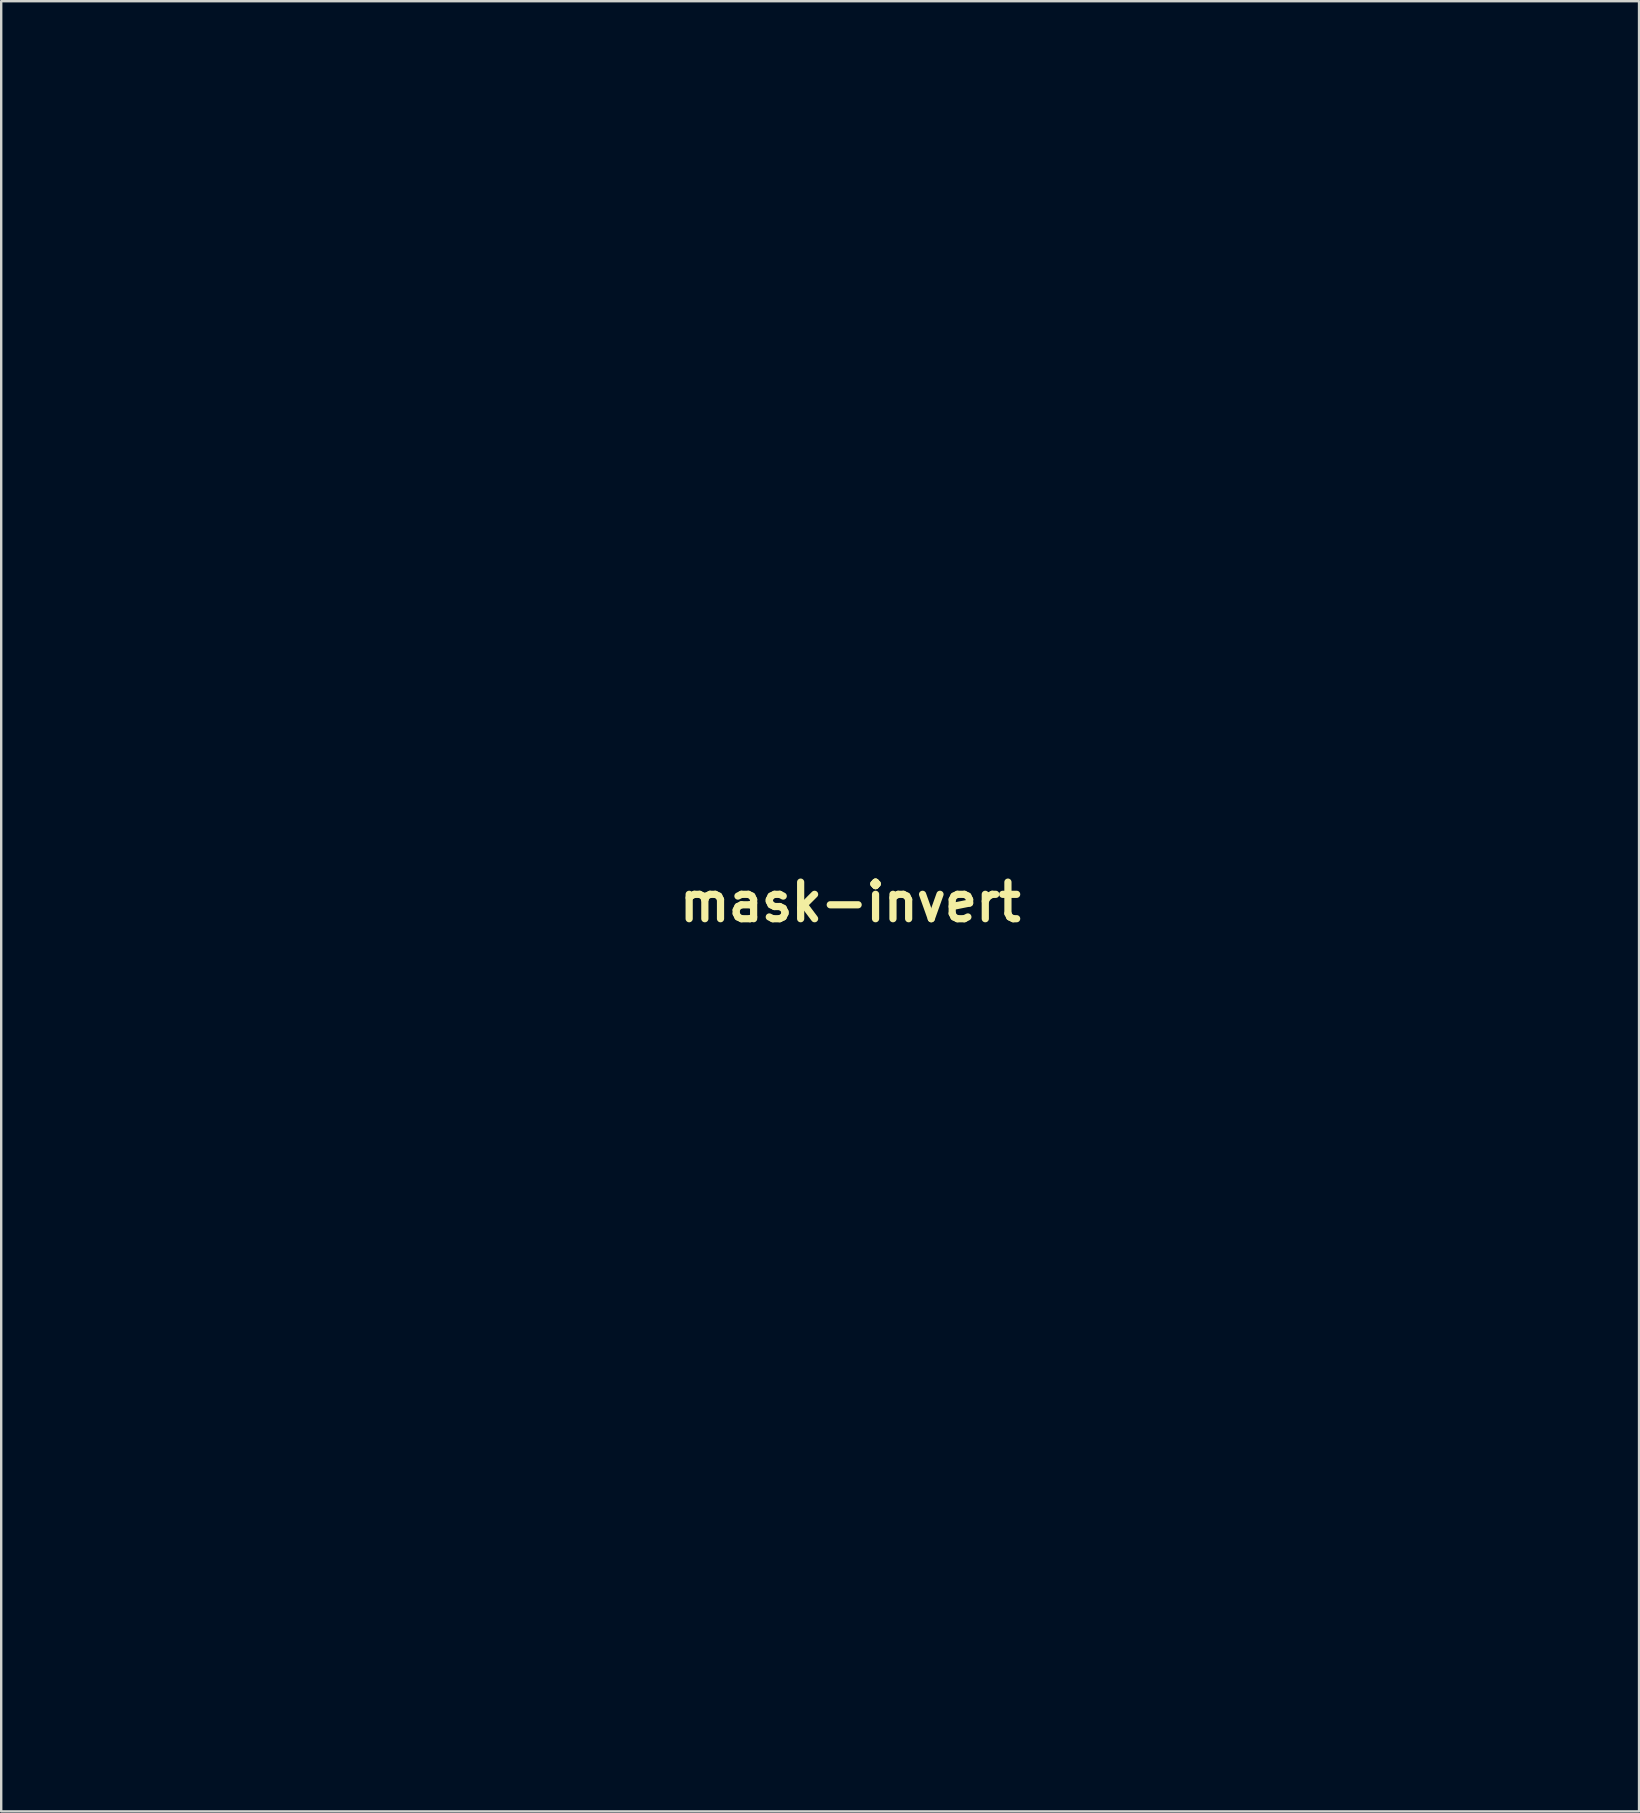
<source format=kicad_pcb>
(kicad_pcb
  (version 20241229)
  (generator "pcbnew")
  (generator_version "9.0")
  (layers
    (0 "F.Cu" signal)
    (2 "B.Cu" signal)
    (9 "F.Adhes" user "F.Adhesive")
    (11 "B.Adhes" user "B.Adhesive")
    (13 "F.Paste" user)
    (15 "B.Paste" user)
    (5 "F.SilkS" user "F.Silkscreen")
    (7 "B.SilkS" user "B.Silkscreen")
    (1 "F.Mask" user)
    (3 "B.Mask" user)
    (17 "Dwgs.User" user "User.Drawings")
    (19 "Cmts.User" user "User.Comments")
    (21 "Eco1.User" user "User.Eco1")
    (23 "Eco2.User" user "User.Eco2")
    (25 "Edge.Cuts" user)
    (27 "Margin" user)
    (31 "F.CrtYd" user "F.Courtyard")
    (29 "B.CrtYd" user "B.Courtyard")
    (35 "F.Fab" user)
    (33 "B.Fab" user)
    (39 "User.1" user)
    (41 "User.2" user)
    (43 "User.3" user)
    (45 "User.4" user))
  (footprint "mask-invert"
    (layer "F.Cu")
    (at 32.375 34.536)
    (property "Reference" "mask-invert" (at 0 0 0) (layer "F.SilkS") (effects (font (size 1.524 1.524) (thickness 0.3))))
    (attr board_only exclude_from_pos_files exclude_from_bom)
    (fp_poly (pts (xy 8.372 -34.53) (xy 8.808 -34.504) (xy 8.966 -34.487) (xy 9.207 -34.457) (xy 9.508 -34.421) (xy 9.817 -34.386) (xy 9.928 -34.374) (xy 10.209 -34.338) (xy 10.484 -34.294) (xy 10.709 -34.25) (xy 10.785 -34.231) (xy 10.986 -34.183) (xy 11.168 -34.154) (xy 11.238 -34.149) (xy 11.379 -34.132) (xy 11.577 -34.087) (xy 11.738 -34.04) (xy 11.987 -33.96) (xy 12.269 -33.871) (xy 12.445 -33.816) (xy 12.757 -33.715) (xy 13.084 -33.603) (xy 13.402 -33.49) (xy 13.686 -33.383) (xy 13.912 -33.292) (xy 14.056 -33.227) (xy 14.058 -33.225) (xy 14.195 -33.162) (xy 14.297 -33.133) (xy 14.301 -33.133) (xy 14.384 -33.108) (xy 14.536 -33.043) (xy 14.727 -32.951) (xy 14.757 -32.935) (xy 14.946 -32.841) (xy 15.096 -32.771) (xy 15.18 -32.739) (xy 15.185 -32.738) (xy 15.254 -32.71) (xy 15.388 -32.639) (xy 15.554 -32.542) (xy 15.773 -32.416) (xy 16.037 -32.273) (xy 16.292 -32.143) (xy 16.297 -32.14) (xy 16.557 -31.999) (xy 16.844 -31.823) (xy 17.099 -31.648) (xy 17.112 -31.638) (xy 17.316 -31.491) (xy 17.506 -31.361) (xy 17.65 -31.271) (xy 17.678 -31.256) (xy 17.889 -31.11) (xy 18.071 -30.899) (xy 18.233 -30.621) (xy 18.378 -30.25) (xy 18.423 -29.886) (xy 18.383 -29.537) (xy 18.278 -29.166) (xy 18.134 -28.88) (xy 17.963 -28.694) (xy 17.82 -28.589) (xy 18.004 -28.469) (xy 18.423 -28.193) (xy 18.75 -27.977) (xy 18.984 -27.819) (xy 19.121 -27.724) (xy 19.257 -27.627) (xy 19.43 -27.51) (xy 19.488 -27.47) (xy 19.705 -27.311) (xy 19.983 -27.084) (xy 20.305 -26.804) (xy 20.655 -26.486) (xy 21.019 -26.145) (xy 21.379 -25.797) (xy 21.72 -25.457) (xy 22.026 -25.14) (xy 22.281 -24.861) (xy 22.467 -24.638) (xy 22.626 -24.433) (xy 22.807 -24.2) (xy 22.925 -24.051) (xy 23.26 -23.62) (xy 23.547 -23.234) (xy 23.815 -22.855) (xy 24.089 -22.444) (xy 24.163 -22.331) (xy 24.283 -22.134) (xy 24.437 -21.863) (xy 24.615 -21.536) (xy 24.808 -21.173) (xy 25.005 -20.795) (xy 25.195 -20.421) (xy 25.369 -20.07) (xy 25.517 -19.763) (xy 25.627 -19.52) (xy 25.68 -19.389) (xy 25.764 -19.165) (xy 25.859 -18.913) (xy 25.904 -18.796) (xy 25.982 -18.586) (xy 26.049 -18.384) (xy 26.077 -18.288) (xy 26.123 -18.134) (xy 26.193 -17.921) (xy 26.273 -17.695) (xy 26.352 -17.452) (xy 26.417 -17.204) (xy 26.451 -17.018) (xy 26.489 -16.799) (xy 26.543 -16.585) (xy 26.564 -16.523) (xy 26.618 -16.336) (xy 26.644 -16.156) (xy 26.645 -16.137) (xy 26.662 -15.985) (xy 26.705 -15.781) (xy 26.744 -15.644) (xy 26.771 -15.543) (xy 26.793 -15.428) (xy 26.81 -15.286) (xy 26.823 -15.103) (xy 26.832 -14.867) (xy 26.837 -14.563) (xy 26.84 -14.18) (xy 26.841 -13.703) (xy 26.841 -13.434) (xy 26.841 -12.925) (xy 26.84 -12.514) (xy 26.837 -12.185) (xy 26.83 -11.923) (xy 26.818 -11.712) (xy 26.799 -11.536) (xy 26.771 -11.382) (xy 26.734 -11.233) (xy 26.685 -11.073) (xy 26.624 -10.888) (xy 26.579 -10.753) (xy 26.527 -10.589) (xy 26.467 -10.389) (xy 26.45 -10.329) (xy 26.278 -9.873) (xy 26.045 -9.502) (xy 25.756 -9.223) (xy 25.549 -9.098) (xy 25.334 -8.994) (xy 25.721 -8.791) (xy 25.991 -8.638) (xy 26.183 -8.493) (xy 26.327 -8.327) (xy 26.452 -8.112) (xy 26.499 -8.015) (xy 26.583 -7.805) (xy 26.628 -7.598) (xy 26.643 -7.344) (xy 26.644 -7.271) (xy 26.637 -7.039) (xy 26.617 -6.832) (xy 26.59 -6.693) (xy 26.587 -6.685) (xy 26.527 -6.572) (xy 26.414 -6.39) (xy 26.263 -6.164) (xy 26.089 -5.915) (xy 25.907 -5.666) (xy 25.786 -5.508) (xy 25.671 -5.346) (xy 25.572 -5.187) (xy 25.572 -5.186) (xy 25.494 -5.076) (xy 25.348 -4.901) (xy 25.145 -4.671) (xy 24.898 -4.401) (xy 24.619 -4.103) (xy 24.318 -3.789) (xy 24.009 -3.474) (xy 23.717 -3.183) (xy 23.137 -2.613) (xy 23.135 -1.998) (xy 23.122 -1.299) (xy 23.087 -0.698) (xy 23.029 -0.184) (xy 22.946 0.255) (xy 22.86 0.564) (xy 22.773 0.832) (xy 22.688 1.095) (xy 22.619 1.312) (xy 22.596 1.383) (xy 22.491 1.672) (xy 22.346 2.015) (xy 22.175 2.383) (xy 21.992 2.749) (xy 21.812 3.084) (xy 21.648 3.359) (xy 21.561 3.487) (xy 21.195 3.967) (xy 20.866 4.361) (xy 20.557 4.685) (xy 20.253 4.95) (xy 19.936 5.173) (xy 19.592 5.367) (xy 19.218 5.541) (xy 18.976 5.645) (xy 18.755 5.739) (xy 18.588 5.81) (xy 18.532 5.835) (xy 18.44 5.891) (xy 18.362 5.987) (xy 18.282 6.146) (xy 18.201 6.354) (xy 18.113 6.592) (xy 18.029 6.817) (xy 17.966 6.987) (xy 17.957 7.01) (xy 17.902 7.14) (xy 17.81 7.343) (xy 17.693 7.589) (xy 17.566 7.853) (xy 17.442 8.104) (xy 17.335 8.315) (xy 17.269 8.438) (xy 17.222 8.529) (xy 17.137 8.699) (xy 17.024 8.927) (xy 16.896 9.188) (xy 16.862 9.257) (xy 16.713 9.555) (xy 16.558 9.854) (xy 16.415 10.12) (xy 16.301 10.32) (xy 16.295 10.329) (xy 16.144 10.578) (xy 15.978 10.852) (xy 15.857 11.053) (xy 15.686 11.327) (xy 15.472 11.658) (xy 15.236 12.014) (xy 14.999 12.363) (xy 14.782 12.675) (xy 14.635 12.879) (xy 14.474 13.096) (xy 14.288 13.346) (xy 14.132 13.556) (xy 13.957 13.786) (xy 13.762 14.033) (xy 13.605 14.224) (xy 13.452 14.407) (xy 13.261 14.642) (xy 13.061 14.89) (xy 12.962 15.014) (xy 12.788 15.228) (xy 12.579 15.47) (xy 12.327 15.75) (xy 12.023 16.078) (xy 11.658 16.463) (xy 11.223 16.915) (xy 11.116 17.025) (xy 10.935 17.213) (xy 10.718 17.436) (xy 10.51 17.652) (xy 10.487 17.675) (xy 10.287 17.873) (xy 10.039 18.105) (xy 9.784 18.334) (xy 9.662 18.439) (xy 9.183 18.844) (xy 9.145 20.161) (xy 9.137 20.525) (xy 9.129 20.98) (xy 9.122 21.502) (xy 9.116 22.07) (xy 9.112 22.66) (xy 9.109 23.25) (xy 9.108 23.8) (xy 9.108 26.124) (xy 9.603 26.157) (xy 9.894 26.181) (xy 10.203 26.214) (xy 10.468 26.248) (xy 10.494 26.252) (xy 10.767 26.291) (xy 11.079 26.329) (xy 11.316 26.354) (xy 11.532 26.379) (xy 11.707 26.408) (xy 11.808 26.436) (xy 11.814 26.439) (xy 11.897 26.463) (xy 12.066 26.494) (xy 12.299 26.529) (xy 12.565 26.562) (xy 12.84 26.598) (xy 13.08 26.635) (xy 13.259 26.671) (xy 13.35 26.698) (xy 13.474 26.735) (xy 13.648 26.754) (xy 13.688 26.755) (xy 13.891 26.775) (xy 14.083 26.823) (xy 14.104 26.831) (xy 14.264 26.881) (xy 14.48 26.925) (xy 14.625 26.946) (xy 14.814 26.97) (xy 15.004 26.999) (xy 15.223 27.038) (xy 15.496 27.093) (xy 15.85 27.167) (xy 15.896 27.177) (xy 16.123 27.224) (xy 16.336 27.266) (xy 16.462 27.289) (xy 16.618 27.32) (xy 16.82 27.369) (xy 17.084 27.441) (xy 17.429 27.541) (xy 17.622 27.598) (xy 17.833 27.657) (xy 18.015 27.699) (xy 18.128 27.716) (xy 18.131 27.716) (xy 18.235 27.732) (xy 18.414 27.775) (xy 18.636 27.835) (xy 18.725 27.861) (xy 18.985 27.935) (xy 19.243 28) (xy 19.451 28.046) (xy 19.488 28.053) (xy 19.674 28.094) (xy 19.922 28.163) (xy 20.185 28.247) (xy 20.266 28.274) (xy 20.494 28.351) (xy 20.688 28.41) (xy 20.82 28.444) (xy 20.852 28.448) (xy 20.964 28.47) (xy 21.113 28.523) (xy 21.12 28.527) (xy 21.407 28.643) (xy 21.77 28.773) (xy 22.176 28.906) (xy 22.345 28.958) (xy 22.778 29.094) (xy 23.234 29.249) (xy 23.693 29.415) (xy 24.134 29.584) (xy 24.538 29.748) (xy 24.883 29.9) (xy 25.149 30.03) (xy 25.234 30.077) (xy 25.408 30.166) (xy 25.626 30.259) (xy 25.743 30.302) (xy 26.155 30.465) (xy 26.601 30.675) (xy 27.029 30.908) (xy 27.273 31.059) (xy 27.494 31.195) (xy 27.721 31.319) (xy 27.905 31.404) (xy 27.91 31.406) (xy 28.136 31.514) (xy 28.414 31.681) (xy 28.717 31.885) (xy 29.016 32.108) (xy 29.284 32.328) (xy 29.491 32.526) (xy 29.52 32.559) (xy 29.732 32.883) (xy 29.846 33.257) (xy 29.861 33.668) (xy 29.781 34.086) (xy 29.673 34.34) (xy 29.496 34.568) (xy 29.431 34.633) (xy 29.17 34.883) (xy -1.297 34.881) (xy -31.764 34.879) (xy -31.922 34.762) (xy -32.038 34.643) (xy -32.162 34.469) (xy -32.225 34.358) (xy -32.305 34.177) (xy -32.351 33.996) (xy -32.371 33.772) (xy -32.375 33.615) (xy -32.353 33.237) (xy -32.268 32.928) (xy -32.108 32.656) (xy -31.893 32.42) (xy -31.665 32.224) (xy -31.373 32.003) (xy -31.051 31.782) (xy -30.734 31.583) (xy -30.456 31.429) (xy -30.388 31.397) (xy -30.155 31.28) (xy -29.902 31.136) (xy -29.756 31.044) (xy -29.543 30.913) (xy -29.271 30.761) (xy -28.968 30.602) (xy -28.663 30.45) (xy -28.384 30.321) (xy -28.16 30.228) (xy -28.084 30.201) (xy -27.91 30.139) (xy -27.69 30.049) (xy -27.521 29.973) (xy -27.157 29.802) (xy -26.873 29.674) (xy -26.65 29.58) (xy -26.468 29.512) (xy -26.307 29.461) (xy -26.238 29.443) (xy -26.018 29.373) (xy -25.805 29.286) (xy -25.724 29.246) (xy -25.531 29.156) (xy -25.307 29.079) (xy -25.244 29.062) (xy -25.09 29.02) (xy -24.858 28.95) (xy -24.577 28.861) (xy -24.276 28.763) (xy -24.212 28.742) (xy -23.918 28.645) (xy -23.647 28.559) (xy -23.423 28.491) (xy -23.274 28.449) (xy -23.25 28.443) (xy -23.105 28.403) (xy -22.893 28.335) (xy -22.654 28.252) (xy -22.582 28.226) (xy -22.352 28.147) (xy -22.15 28.087) (xy -22.007 28.056) (xy -21.976 28.053) (xy -21.864 28.036) (xy -21.677 27.99) (xy -21.447 27.924) (xy -21.327 27.887) (xy -21.066 27.808) (xy -20.812 27.74) (xy -20.605 27.694) (xy -20.547 27.684) (xy -20.325 27.644) (xy -20.103 27.59) (xy -20.054 27.575) (xy -19.836 27.512) (xy -19.551 27.44) (xy -19.243 27.369) (xy -18.954 27.31) (xy -18.81 27.284) (xy -18.635 27.247) (xy -18.493 27.2) (xy -18.474 27.191) (xy -18.358 27.152) (xy -18.178 27.112) (xy -18.05 27.091) (xy -17.511 27.009) (xy -17.067 26.93) (xy -16.725 26.854) (xy -16.655 26.835) (xy -16.454 26.788) (xy -16.27 26.758) (xy -16.202 26.754) (xy -16.04 26.735) (xy -15.848 26.688) (xy -15.811 26.676) (xy -15.653 26.638) (xy -15.422 26.601) (xy -15.156 26.571) (xy -15.036 26.561) (xy -14.775 26.538) (xy -14.536 26.509) (xy -14.356 26.478) (xy -14.301 26.465) (xy -14.139 26.425) (xy -13.923 26.384) (xy -13.775 26.362) (xy -13.53 26.328) (xy -13.245 26.286) (xy -13.039 26.254) (xy -12.784 26.218) (xy -12.477 26.184) (xy -12.18 26.159) (xy -12.148 26.156) (xy -11.653 26.124) (xy -11.66 18.824) (xy -12.343 18.232) (xy -12.901 17.733) (xy -13.442 17.223) (xy -13.947 16.72) (xy -14.398 16.243) (xy -14.776 15.809) (xy -14.815 15.762) (xy -14.993 15.548) (xy -15.148 15.369) (xy -15.265 15.243) (xy -15.329 15.185) (xy -15.335 15.184) (xy -15.387 15.141) (xy -15.488 15.027) (xy -15.619 14.863) (xy -15.686 14.774) (xy -15.857 14.548) (xy -16.034 14.319) (xy -16.186 14.129) (xy -16.212 14.098) (xy -16.579 13.643) (xy -16.863 13.262) (xy -16.958 13.123) (xy -17.184 12.787) (xy -17.43 12.428) (xy -17.672 12.078) (xy -17.889 11.77) (xy -17.997 11.621) (xy -18.306 11.17) (xy -18.547 10.762) (xy -18.645 10.563) (xy -18.726 10.41) (xy -18.843 10.217) (xy -18.932 10.083) (xy -19.04 9.909) (xy -19.176 9.668) (xy -19.318 9.395) (xy -19.413 9.2) (xy -19.556 8.901) (xy -19.726 8.549) (xy -19.899 8.192) (xy -20.027 7.93) (xy -20.338 7.275) (xy -20.592 6.694) (xy -20.794 6.181) (xy -20.869 5.993) (xy -20.942 5.881) (xy -21.048 5.813) (xy -21.217 5.758) (xy -21.233 5.754) (xy -21.527 5.65) (xy -21.864 5.497) (xy -22.203 5.315) (xy -22.501 5.128) (xy -22.597 5.057) (xy -22.859 4.832) (xy -23.168 4.532) (xy -23.508 4.175) (xy -23.834 3.809) (xy -24.091 3.482) (xy -24.318 3.124) (xy -24.533 2.711) (xy -24.657 2.453) (xy -12.658 2.453) (xy -12.646 2.601) (xy -12.625 2.81) (xy -12.597 3.056) (xy -12.565 3.314) (xy -12.533 3.56) (xy -12.503 3.767) (xy -12.478 3.912) (xy -12.464 3.968) (xy -12.439 4.052) (xy -12.411 4.214) (xy -12.385 4.42) (xy -12.385 4.428) (xy -12.325 4.995) (xy -12.268 5.503) (xy -12.216 5.941) (xy -12.169 6.297) (xy -12.129 6.561) (xy -12.098 6.717) (xy -12.056 6.921) (xy -12.014 7.183) (xy -11.973 7.516) (xy -11.929 7.935) (xy -11.881 8.452) (xy -11.88 8.467) (xy -11.85 8.801) (xy -11.816 9.154) (xy -11.782 9.479) (xy -11.76 9.68) (xy -11.727 9.981) (xy -11.693 10.331) (xy -11.663 10.667) (xy -11.656 10.753) (xy -11.63 11.027) (xy -11.598 11.29) (xy -11.565 11.5) (xy -11.551 11.571) (xy -11.524 11.729) (xy -11.496 11.966) (xy -11.47 12.25) (xy -11.451 12.524) (xy -11.426 12.83) (xy -11.391 13.128) (xy -11.35 13.382) (xy -11.313 13.54) (xy -11.252 13.72) (xy -11.193 13.821) (xy -11.111 13.873) (xy -10.996 13.904) (xy -10.846 13.937) (xy -10.622 13.99) (xy -10.361 14.053) (xy -10.211 14.09) (xy -9.562 14.244) (xy -8.967 14.37) (xy -8.57 14.444) (xy -8.356 14.485) (xy -8.099 14.54) (xy -7.92 14.581) (xy -7.082 14.75) (xy -6.183 14.871) (xy -5.836 14.902) (xy -5.562 14.927) (xy -5.328 14.953) (xy -5.157 14.977) (xy -5.073 14.997) (xy -5.072 14.998) (xy -4.96 15.032) (xy -4.75 15.064) (xy -4.455 15.094) (xy -4.091 15.12) (xy -3.67 15.144) (xy -3.209 15.164) (xy -2.72 15.179) (xy -2.219 15.191) (xy -1.72 15.198) (xy -1.237 15.2) (xy -0.785 15.198) (xy -0.377 15.189) (xy -0.029 15.175) (xy 0.245 15.154) (xy 0.432 15.128) (xy 0.453 15.123) (xy 0.602 15.099) (xy 0.823 15.081) (xy 1.075 15.071) (xy 1.142 15.071) (xy 1.431 15.061) (xy 1.735 15.034) (xy 1.995 14.997) (xy 2.019 14.992) (xy 2.244 14.955) (xy 2.536 14.918) (xy 2.852 14.888) (xy 3.037 14.875) (xy 3.326 14.851) (xy 3.602 14.818) (xy 3.828 14.781) (xy 3.937 14.756) (xy 4.153 14.709) (xy 4.407 14.68) (xy 4.537 14.676) (xy 4.753 14.662) (xy 5.026 14.625) (xy 5.305 14.574) (xy 5.362 14.561) (xy 5.724 14.477) (xy 6.002 14.415) (xy 6.222 14.369) (xy 6.409 14.334) (xy 6.591 14.305) (xy 6.76 14.281) (xy 7.021 14.238) (xy 7.29 14.182) (xy 7.467 14.137) (xy 7.677 14.081) (xy 7.945 14.017) (xy 8.218 13.957) (xy 8.253 13.95) (xy 8.729 13.853) (xy 8.804 13.573) (xy 8.836 13.413) (xy 8.87 13.17) (xy 8.903 12.874) (xy 8.931 12.556) (xy 8.937 12.474) (xy 8.96 12.17) (xy 8.984 11.897) (xy 9.006 11.678) (xy 9.024 11.54) (xy 9.029 11.515) (xy 9.057 11.367) (xy 9.091 11.122) (xy 9.131 10.796) (xy 9.174 10.403) (xy 9.219 9.959) (xy 9.265 9.479) (xy 9.304 9.031) (xy 9.335 8.681) (xy 9.369 8.353) (xy 9.4 8.071) (xy 9.429 7.858) (xy 9.448 7.746) (xy 9.485 7.527) (xy 9.503 7.302) (xy 9.504 7.27) (xy 9.519 7.076) (xy 9.557 6.843) (xy 9.584 6.721) (xy 9.62 6.542) (xy 9.659 6.284) (xy 9.696 5.981) (xy 9.727 5.668) (xy 9.728 5.657) (xy 9.755 5.365) (xy 9.786 5.103) (xy 9.816 4.897) (xy 9.842 4.774) (xy 9.845 4.764) (xy 9.878 4.622) (xy 9.897 4.427) (xy 9.9 4.337) (xy 9.916 4.103) (xy 9.958 3.85) (xy 9.98 3.762) (xy 10.019 3.572) (xy 10.057 3.314) (xy 10.086 3.033) (xy 10.094 2.925) (xy 10.128 2.378) (xy 9.858 2.344) (xy 9.643 2.31) (xy 9.436 2.268) (xy 9.384 2.256) (xy 9.198 2.222) (xy 8.975 2.203) (xy 8.899 2.201) (xy 8.664 2.184) (xy 8.414 2.141) (xy 8.34 2.122) (xy 8.141 2.077) (xy 7.884 2.035) (xy 7.622 2.004) (xy 7.613 2.003) (xy 7.356 1.973) (xy 7.106 1.932) (xy 6.914 1.888) (xy 6.905 1.886) (xy 6.691 1.836) (xy 6.474 1.808) (xy 6.421 1.806) (xy 6.225 1.788) (xy 5.999 1.744) (xy 5.917 1.721) (xy 5.688 1.671) (xy 5.43 1.641) (xy 5.323 1.637) (xy 5.078 1.626) (xy 4.803 1.598) (xy 4.667 1.578) (xy 4.442 1.539) (xy 4.161 1.491) (xy 3.881 1.443) (xy 3.847 1.437) (xy 3.618 1.403) (xy 3.309 1.364) (xy 2.956 1.324) (xy 2.591 1.288) (xy 2.433 1.274) (xy 2.076 1.242) (xy 1.72 1.206) (xy 1.395 1.172) (xy 1.136 1.141) (xy 1.047 1.129) (xy 0.781 1.103) (xy 0.423 1.085) (xy -0.014 1.074) (xy -0.514 1.072) (xy -1.063 1.075) (xy -1.645 1.086) (xy -2.245 1.101) (xy -2.849 1.122) (xy -3.441 1.148) (xy -4.007 1.178) (xy -4.531 1.212) (xy -5 1.249) (xy -5.397 1.288) (xy -5.707 1.33) (xy -5.883 1.365) (xy -6.118 1.417) (xy -6.383 1.464) (xy -6.703 1.509) (xy -7.102 1.557) (xy -7.298 1.578) (xy -7.595 1.612) (xy -7.898 1.649) (xy -8.159 1.685) (xy -8.259 1.701) (xy -8.531 1.743) (xy -8.83 1.785) (xy -8.995 1.807) (xy -9.218 1.84) (xy -9.421 1.878) (xy -9.536 1.907) (xy -9.675 1.938) (xy -9.886 1.971) (xy -10.129 1.999) (xy -10.187 2.004) (xy -10.426 2.03) (xy -10.637 2.061) (xy -10.782 2.093) (xy -10.805 2.1) (xy -10.93 2.133) (xy -11.127 2.169) (xy -11.355 2.201) (xy -11.371 2.203) (xy -11.617 2.233) (xy -11.882 2.268) (xy -12.142 2.305) (xy -12.372 2.34) (xy -12.548 2.369) (xy -12.645 2.389) (xy -12.656 2.393) (xy -12.658 2.453) (xy -24.657 2.453) (xy -24.705 2.353) (xy -24.835 2.076) (xy -24.932 1.858) (xy -25.005 1.68) (xy -25.062 1.519) (xy -25.112 1.357) (xy -25.144 1.242) (xy -25.218 0.988) (xy -25.302 0.722) (xy -25.356 0.564) (xy -25.436 0.321) (xy -25.499 0.079) (xy -25.547 -0.178) (xy -25.582 -0.469) (xy -25.605 -0.811) (xy -25.619 -1.221) (xy -25.625 -1.717) (xy -25.625 -2.023) (xy -25.622 -2.582) (xy -25.613 -3.048) (xy -25.597 -3.436) (xy -25.573 -3.767) (xy -25.539 -4.058) (xy -25.494 -4.327) (xy -25.448 -4.544) (xy -25.358 -4.889) (xy -25.243 -5.259) (xy -25.113 -5.623) (xy -24.979 -5.954) (xy -24.853 -6.22) (xy -24.787 -6.334) (xy -24.647 -6.554) (xy -24.501 -6.785) (xy -24.413 -6.927) (xy -24.217 -7.22) (xy -24.024 -7.468) (xy -23.849 -7.648) (xy -23.737 -7.73) (xy -23.647 -7.788) (xy -23.63 -7.855) (xy -23.675 -7.975) (xy -23.678 -7.98) (xy -23.733 -8.113) (xy -23.818 -8.325) (xy -23.921 -8.59) (xy -24.034 -8.882) (xy -24.144 -9.174) (xy -24.244 -9.441) (xy -24.321 -9.655) (xy -24.34 -9.708) (xy -24.391 -9.876) (xy -24.454 -10.115) (xy -24.52 -10.386) (xy -24.551 -10.527) (xy -24.609 -10.781) (xy -24.665 -11.007) (xy -24.711 -11.173) (xy -24.731 -11.231) (xy -24.754 -11.312) (xy -24.781 -11.451) (xy -24.812 -11.657) (xy -24.85 -11.939) (xy -24.894 -12.307) (xy -24.947 -12.769) (xy -25.009 -13.334) (xy -25.011 -13.349) (xy -25.029 -13.593) (xy -25.041 -13.918) (xy -25.047 -14.301) (xy -25.047 -14.721) (xy -25.042 -15.156) (xy -25.033 -15.586) (xy -25.018 -15.989) (xy -25 -16.343) (xy -24.978 -16.628) (xy -24.952 -16.82) (xy -24.919 -17.01) (xy -24.878 -17.272) (xy -24.836 -17.565) (xy -24.811 -17.752) (xy -24.766 -18.071) (xy -24.715 -18.412) (xy -24.665 -18.722) (xy -24.642 -18.852) (xy -24.6 -19.075) (xy -24.558 -19.275) (xy -24.509 -19.472) (xy -24.448 -19.687) (xy -24.37 -19.939) (xy -24.267 -20.248) (xy -24.134 -20.635) (xy -24.068 -20.828) (xy -23.985 -21.078) (xy -23.907 -21.331) (xy -23.851 -21.532) (xy -23.85 -21.536) (xy -23.792 -21.719) (xy -23.697 -21.96) (xy -23.583 -22.214) (xy -23.543 -22.296) (xy -23.44 -22.507) (xy -23.36 -22.679) (xy -23.314 -22.789) (xy -23.307 -22.814) (xy -23.281 -22.895) (xy -23.211 -23.056) (xy -23.107 -23.276) (xy -22.978 -23.537) (xy -22.835 -23.819) (xy -22.687 -24.102) (xy -22.545 -24.367) (xy -22.418 -24.595) (xy -22.316 -24.764) (xy -22.293 -24.799) (xy -22.155 -25.007) (xy -22.028 -25.202) (xy -21.936 -25.347) (xy -21.925 -25.364) (xy -21.812 -25.543) (xy -21.659 -25.777) (xy -21.486 -26.039) (xy -21.309 -26.303) (xy -21.145 -26.542) (xy -21.013 -26.731) (xy -20.947 -26.821) (xy -20.774 -27.044) (xy -20.595 -27.264) (xy -20.426 -27.465) (xy -20.282 -27.628) (xy -20.177 -27.736) (xy -20.13 -27.771) (xy -20.076 -27.816) (xy -20.005 -27.925) (xy -20 -27.935) (xy -19.916 -28.067) (xy -19.787 -28.239) (xy -19.675 -28.373) (xy -19.539 -28.521) (xy -19.357 -28.711) (xy -19.144 -28.929) (xy -18.914 -29.159) (xy -18.681 -29.388) (xy -18.46 -29.602) (xy -18.266 -29.786) (xy -18.112 -29.928) (xy -18.013 -30.011) (xy -17.985 -30.028) (xy -17.92 -30.063) (xy -17.799 -30.153) (xy -17.659 -30.268) (xy -17.465 -30.43) (xy -17.2 -30.642) (xy -16.886 -30.886) (xy -16.545 -31.147) (xy -16.197 -31.408) (xy -16.074 -31.499) (xy -15.91 -31.613) (xy -15.774 -31.693) (xy -15.701 -31.722) (xy -15.613 -31.76) (xy -15.529 -31.834) (xy -15.448 -31.893) (xy -15.286 -31.988) (xy -15.064 -32.11) (xy -14.804 -32.246) (xy -14.527 -32.386) (xy -14.255 -32.52) (xy -14.009 -32.635) (xy -13.811 -32.722) (xy -13.69 -32.767) (xy -13.564 -32.815) (xy -13.382 -32.895) (xy -13.227 -32.97) (xy -13.016 -33.067) (xy -12.807 -33.149) (xy -12.69 -33.186) (xy -12.528 -33.232) (xy -12.306 -33.302) (xy -12.069 -33.38) (xy -12.054 -33.385) (xy -11.799 -33.463) (xy -11.534 -33.527) (xy -11.319 -33.565) (xy -11.125 -33.593) (xy -10.967 -33.628) (xy -10.905 -33.65) (xy -10.804 -33.689) (xy -10.636 -33.733) (xy -10.389 -33.786) (xy -10.05 -33.849) (xy -9.787 -33.896) (xy -9.458 -33.937) (xy -9.043 -33.966) (xy -8.567 -33.981) (xy -8.055 -33.984) (xy -7.532 -33.975) (xy -7.024 -33.954) (xy -6.557 -33.921) (xy -6.156 -33.876) (xy -6.081 -33.865) (xy -5.775 -33.814) (xy -5.483 -33.761) (xy -5.235 -33.711) (xy -5.066 -33.672) (xy -5.063 -33.671) (xy -4.831 -33.612) (xy -4.572 -33.555) (xy -4.469 -33.535) (xy -4.23 -33.484) (xy -3.977 -33.415) (xy -3.678 -33.319) (xy -3.394 -33.219) (xy -3.225 -33.156) (xy -3.072 -33.097) (xy -2.914 -33.03) (xy -2.729 -32.947) (xy -2.495 -32.837) (xy -2.19 -32.691) (xy -2.046 -32.621) (xy -1.277 -32.25) (xy -0.524 -32.576) (xy -0.241 -32.7) (xy 0.016 -32.815) (xy 0.224 -32.91) (xy 0.359 -32.974) (xy 0.383 -32.987) (xy 0.609 -33.097) (xy 0.902 -33.221) (xy 1.223 -33.343) (xy 1.53 -33.448) (xy 1.697 -33.498) (xy 1.95 -33.574) (xy 2.239 -33.672) (xy 2.461 -33.754) (xy 2.709 -33.839) (xy 2.969 -33.91) (xy 3.168 -33.947) (xy 3.395 -33.984) (xy 3.618 -34.035) (xy 3.705 -34.061) (xy 4.045 -34.156) (xy 4.477 -34.243) (xy 4.981 -34.323) (xy 5.537 -34.392) (xy 6.123 -34.45) (xy 6.721 -34.494) (xy 7.308 -34.523) (xy 7.866 -34.536)) (stroke (width 0) (type solid)) (fill yes) (layer "F.Mask")))
  (gr_rect
    (start -3 -3)
    (end 65.236 72.418)
    (stroke (width 0.1) (type default))
    (fill no)
    (layer "Edge.Cuts")))
</source>
